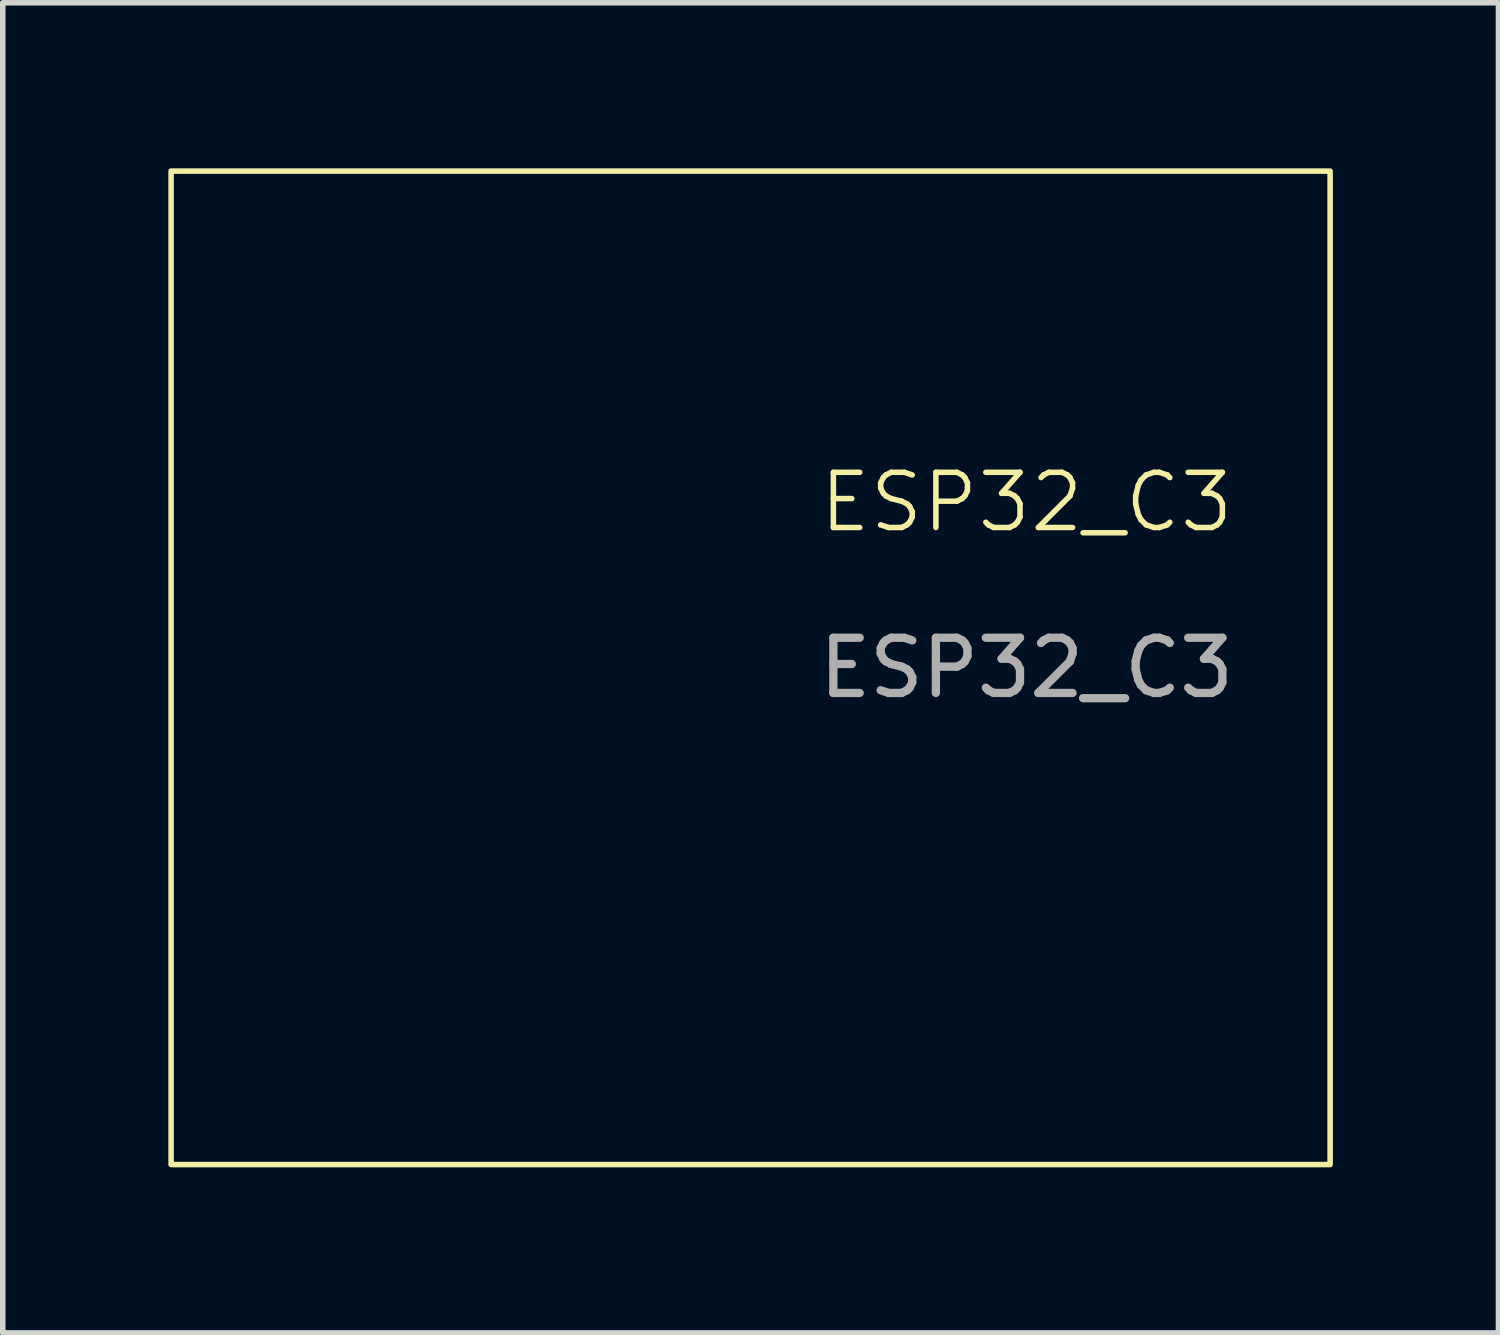
<source format=kicad_pcb>
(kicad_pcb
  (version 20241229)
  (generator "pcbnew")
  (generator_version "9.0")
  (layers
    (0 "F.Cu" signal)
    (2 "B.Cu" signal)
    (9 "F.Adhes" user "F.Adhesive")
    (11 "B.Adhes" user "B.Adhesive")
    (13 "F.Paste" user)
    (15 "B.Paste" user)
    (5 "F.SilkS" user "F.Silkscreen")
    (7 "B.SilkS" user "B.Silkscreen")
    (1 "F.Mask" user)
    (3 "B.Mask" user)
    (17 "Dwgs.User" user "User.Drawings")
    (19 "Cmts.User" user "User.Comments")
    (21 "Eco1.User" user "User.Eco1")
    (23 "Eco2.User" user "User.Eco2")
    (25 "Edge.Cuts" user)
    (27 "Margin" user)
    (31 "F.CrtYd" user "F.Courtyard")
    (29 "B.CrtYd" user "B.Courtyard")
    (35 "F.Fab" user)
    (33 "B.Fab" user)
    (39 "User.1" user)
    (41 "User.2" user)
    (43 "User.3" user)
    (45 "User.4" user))
  (footprint "ESP32_C3"
    (layer "F.Cu")
    (at 15.55 6.55)
    (property "Reference" "ESP32_C3" (at 0 -0.5 0) (unlocked yes) (layer "F.SilkS") (effects (font (size 1 1) (thickness 0.1))))
    (attr smd)
    (fp_rect (start -15.5 -6.5) (end 5.5 11.5) (stroke (width 0.1) (type default)) (fill no) (layer "F.SilkS"))
    (fp_text user "${REFERENCE}" (at 0 2.5 0) (unlocked yes) (layer "F.Fab") (effects (font (size 1 1) (thickness 0.15)))))
  (gr_rect
    (start -3 -3)
    (end 24.1 21.1)
    (stroke (width 0.1) (type default))
    (fill no)
    (layer "Edge.Cuts")))
</source>
